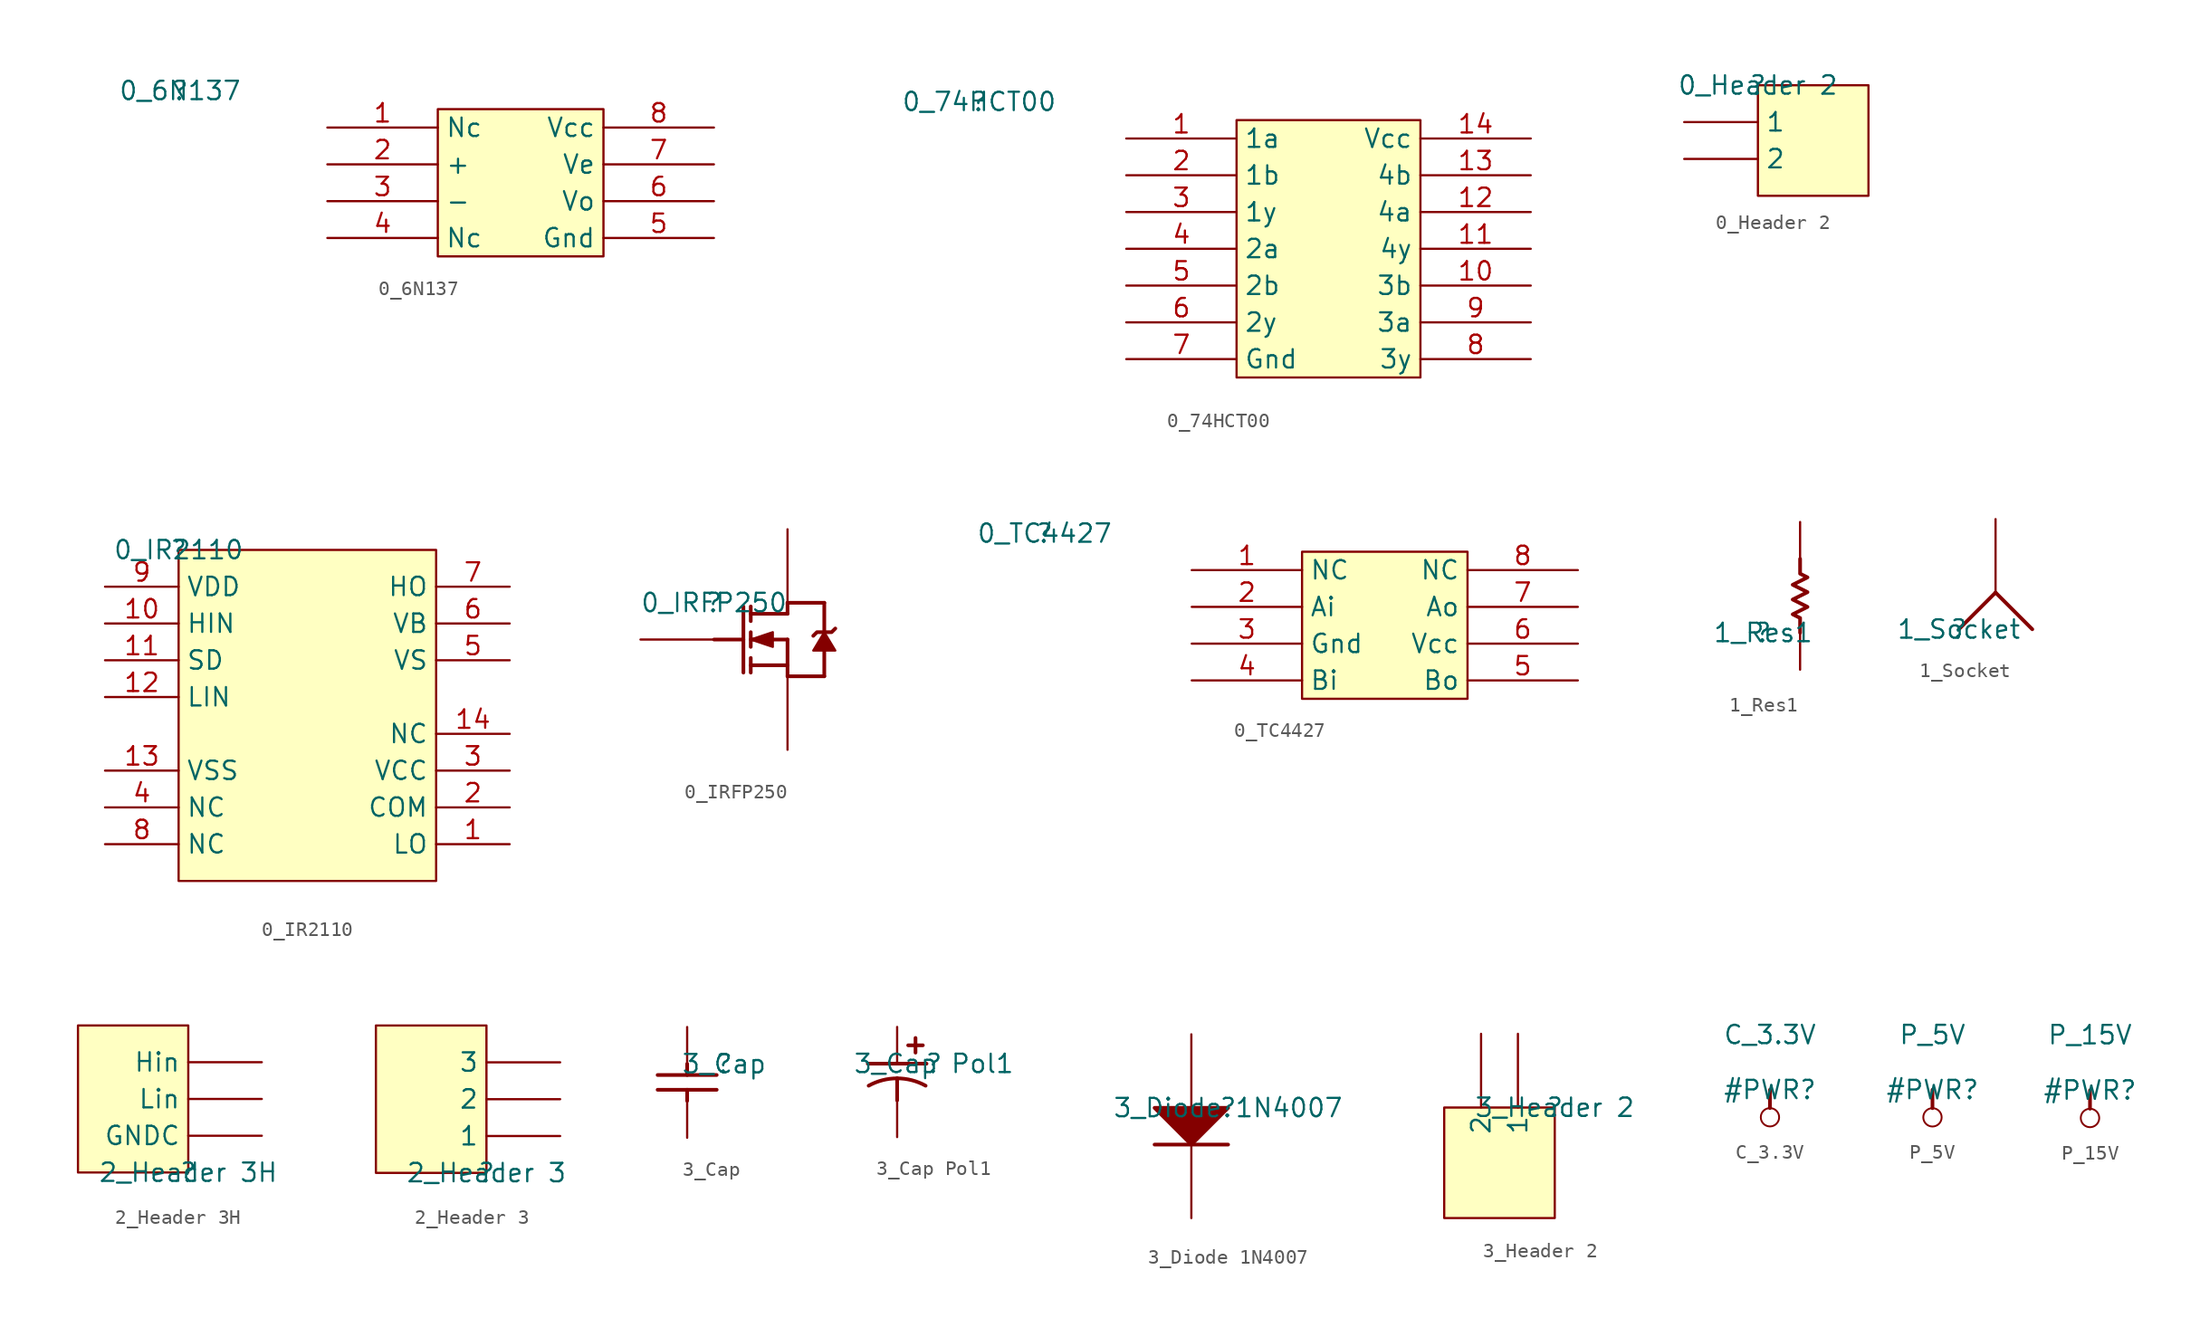
<source format=kicad_sym>
(kicad_symbol_lib
  (version 20211014)
  (generator kicad_symbol_editor)
  (symbol "0_6N137"
    (property "Reference" ""
      (at 0 0 0)
      (effects (font (size 1.27 1.27))))
    (property "Value" "0_6N137"
      (at 0 0 0)
      (effects (font (size 1.27 1.27))))
    (symbol "0_6N137_1_0"
      (rectangle (start 29.21 -1.27) (end 17.78 -11.43) (stroke (width 0) (type default) (color 0 0 0 0)) (fill (type background)))
      (pin passive line (at 10.16 -2.54 0) (length 7.62) (name "Nc" (effects (font (size 1.27 1.27)))) (number "1" (effects (font (size 1.27 1.27)))))
      (pin passive line (at 10.16 -5.08 0) (length 7.62) (name "+" (effects (font (size 1.27 1.27)))) (number "2" (effects (font (size 1.27 1.27)))))
      (pin passive line (at 10.16 -7.62 0) (length 7.62) (name "-" (effects (font (size 1.27 1.27)))) (number "3" (effects (font (size 1.27 1.27)))))
      (pin passive line (at 10.16 -10.16 0) (length 7.62) (name "Nc" (effects (font (size 1.27 1.27)))) (number "4" (effects (font (size 1.27 1.27)))))
      (pin passive line (at 36.83 -10.16 180) (length 7.62) (name "Gnd" (effects (font (size 1.27 1.27)))) (number "5" (effects (font (size 1.27 1.27)))))
      (pin passive line (at 36.83 -7.62 180) (length 7.62) (name "Vo" (effects (font (size 1.27 1.27)))) (number "6" (effects (font (size 1.27 1.27)))))
      (pin passive line (at 36.83 -5.08 180) (length 7.62) (name "Ve" (effects (font (size 1.27 1.27)))) (number "7" (effects (font (size 1.27 1.27)))))
      (pin passive line (at 36.83 -2.54 180) (length 7.62) (name "Vcc" (effects (font (size 1.27 1.27)))) (number "8" (effects (font (size 1.27 1.27)))))))
  (symbol "0_74HCT00"
    (property "Reference" ""
      (at 0 0 0)
      (effects (font (size 1.27 1.27))))
    (property "Value" "0_74HCT00"
      (at 0 0 0)
      (effects (font (size 1.27 1.27))))
    (symbol "0_74HCT00_1_0"
      (rectangle (start 30.48 -1.27) (end 17.78 -19.05) (stroke (width 0) (type default) (color 0 0 0 0)) (fill (type background)))
      (pin passive line (at 10.16 -2.54 0) (length 7.62) (name "1a" (effects (font (size 1.27 1.27)))) (number "1" (effects (font (size 1.27 1.27)))))
      (pin passive line (at 38.1 -12.7 180) (length 7.62) (name "3b" (effects (font (size 1.27 1.27)))) (number "10" (effects (font (size 1.27 1.27)))))
      (pin passive line (at 38.1 -10.16 180) (length 7.62) (name "4y" (effects (font (size 1.27 1.27)))) (number "11" (effects (font (size 1.27 1.27)))))
      (pin passive line (at 38.1 -7.62 180) (length 7.62) (name "4a" (effects (font (size 1.27 1.27)))) (number "12" (effects (font (size 1.27 1.27)))))
      (pin passive line (at 38.1 -5.08 180) (length 7.62) (name "4b" (effects (font (size 1.27 1.27)))) (number "13" (effects (font (size 1.27 1.27)))))
      (pin passive line (at 38.1 -2.54 180) (length 7.62) (name "Vcc" (effects (font (size 1.27 1.27)))) (number "14" (effects (font (size 1.27 1.27)))))
      (pin passive line (at 10.16 -5.08 0) (length 7.62) (name "1b" (effects (font (size 1.27 1.27)))) (number "2" (effects (font (size 1.27 1.27)))))
      (pin passive line (at 10.16 -7.62 0) (length 7.62) (name "1y" (effects (font (size 1.27 1.27)))) (number "3" (effects (font (size 1.27 1.27)))))
      (pin passive line (at 10.16 -10.16 0) (length 7.62) (name "2a" (effects (font (size 1.27 1.27)))) (number "4" (effects (font (size 1.27 1.27)))))
      (pin passive line (at 10.16 -12.7 0) (length 7.62) (name "2b" (effects (font (size 1.27 1.27)))) (number "5" (effects (font (size 1.27 1.27)))))
      (pin passive line (at 10.16 -15.24 0) (length 7.62) (name "2y" (effects (font (size 1.27 1.27)))) (number "6" (effects (font (size 1.27 1.27)))))
      (pin passive line (at 10.16 -17.78 0) (length 7.62) (name "Gnd" (effects (font (size 1.27 1.27)))) (number "7" (effects (font (size 1.27 1.27)))))
      (pin passive line (at 38.1 -17.78 180) (length 7.62) (name "3y" (effects (font (size 1.27 1.27)))) (number "8" (effects (font (size 1.27 1.27)))))
      (pin passive line (at 38.1 -15.24 180) (length 7.62) (name "3a" (effects (font (size 1.27 1.27)))) (number "9" (effects (font (size 1.27 1.27)))))))
  (symbol "0_Header 2"
    (property "Reference" ""
      (at 0 0 0)
      (effects (font (size 1.27 1.27))))
    (property "Value" "0_Header 2"
      (at 0 0 0)
      (effects (font (size 1.27 1.27))))
    (symbol "0_Header 2_1_0"
      (rectangle (start 7.62 0) (end 0 -7.62) (stroke (width 0) (type default) (color 0 0 0 0)) (fill (type background)))
      (pin passive line (at -5.08 -2.54 0) (length 5.08) (name "1" (effects (font (size 1.27 1.27)))) (number "1" (effects (font (size 0 0)))))
      (pin passive line (at -5.08 -5.08 0) (length 5.08) (name "2" (effects (font (size 1.27 1.27)))) (number "2" (effects (font (size 0 0)))))))
  (symbol "0_IR2110"
    (property "Reference" ""
      (at 0 0 0)
      (effects (font (size 1.27 1.27))))
    (property "Value" "0_IR2110"
      (at 0 0 0)
      (effects (font (size 1.27 1.27))))
    (symbol "0_IR2110_1_0"
      (rectangle (start 17.78 0) (end 0 -22.86) (stroke (width 0) (type default) (color 0 0 0 0)) (fill (type background)))
      (pin output line (at 22.86 -20.32 180) (length 5.08) (name "LO" (effects (font (size 1.27 1.27)))) (number "1" (effects (font (size 1.27 1.27)))))
      (pin input line (at -5.08 -5.08 0) (length 5.08) (name "HIN" (effects (font (size 1.27 1.27)))) (number "10" (effects (font (size 1.27 1.27)))))
      (pin input line (at -5.08 -7.62 0) (length 5.08) (name "SD" (effects (font (size 1.27 1.27)))) (number "11" (effects (font (size 1.27 1.27)))))
      (pin input line (at -5.08 -10.16 0) (length 5.08) (name "LIN" (effects (font (size 1.27 1.27)))) (number "12" (effects (font (size 1.27 1.27)))))
      (pin power_in line (at -5.08 -15.24 0) (length 5.08) (name "VSS" (effects (font (size 1.27 1.27)))) (number "13" (effects (font (size 1.27 1.27)))))
      (pin passive line (at 22.86 -12.7 180) (length 5.08) (name "NC" (effects (font (size 1.27 1.27)))) (number "14" (effects (font (size 1.27 1.27)))))
      (pin power_in line (at 22.86 -17.78 180) (length 5.08) (name "COM" (effects (font (size 1.27 1.27)))) (number "2" (effects (font (size 1.27 1.27)))))
      (pin power_in line (at 22.86 -15.24 180) (length 5.08) (name "VCC" (effects (font (size 1.27 1.27)))) (number "3" (effects (font (size 1.27 1.27)))))
      (pin passive line (at -5.08 -17.78 0) (length 5.08) (name "NC" (effects (font (size 1.27 1.27)))) (number "4" (effects (font (size 1.27 1.27)))))
      (pin power_in line (at 22.86 -7.62 180) (length 5.08) (name "VS" (effects (font (size 1.27 1.27)))) (number "5" (effects (font (size 1.27 1.27)))))
      (pin power_in line (at 22.86 -5.08 180) (length 5.08) (name "VB" (effects (font (size 1.27 1.27)))) (number "6" (effects (font (size 1.27 1.27)))))
      (pin output line (at 22.86 -2.54 180) (length 5.08) (name "HO" (effects (font (size 1.27 1.27)))) (number "7" (effects (font (size 1.27 1.27)))))
      (pin passive line (at -5.08 -20.32 0) (length 5.08) (name "NC" (effects (font (size 1.27 1.27)))) (number "8" (effects (font (size 1.27 1.27)))))
      (pin power_in line (at -5.08 -2.54 0) (length 5.08) (name "VDD" (effects (font (size 1.27 1.27)))) (number "9" (effects (font (size 1.27 1.27)))))))
  (symbol "0_IRFP250"
    (property "Reference" ""
      (at 0 0 0)
      (effects (font (size 1.27 1.27))))
    (property "Value" "0_IRFP250"
      (at 0 0 0)
      (effects (font (size 1.27 1.27))))
    (symbol "0_IRFP250_1_0"
      (polyline (pts (xy 0 -2.54) (xy 2.032 -2.54)) (stroke (width 0.254) (type default) (color 0 0 0 0)) (fill (type none)))
      (polyline (pts (xy 2.032 -0.254) (xy 2.032 -4.826)) (stroke (width 0.254) (type default) (color 0 0 0 0)) (fill (type none)))
      (polyline (pts (xy 2.54 -4.826) (xy 2.54 -3.81)) (stroke (width 0.254) (type default) (color 0 0 0 0)) (fill (type none)))
      (polyline (pts (xy 2.54 -3.048) (xy 2.54 -2.032)) (stroke (width 0.254) (type default) (color 0 0 0 0)) (fill (type none)))
      (polyline (pts (xy 2.54 -0.254) (xy 2.54 -1.27)) (stroke (width 0.254) (type default) (color 0 0 0 0)) (fill (type none)))
      (polyline (pts (xy 5.08 -5.08) (xy 7.62 -5.08)) (stroke (width 0.254) (type default) (color 0 0 0 0)) (fill (type none)))
      (polyline (pts (xy 5.08 -4.318) (xy 2.54 -4.318)) (stroke (width 0.254) (type default) (color 0 0 0 0)) (fill (type none)))
      (polyline (pts (xy 5.08 -2.54) (xy 2.54 -2.54)) (stroke (width 0.254) (type default) (color 0 0 0 0)) (fill (type none)))
      (polyline (pts (xy 5.08 -2.54) (xy 5.08 -5.08)) (stroke (width 0.254) (type default) (color 0 0 0 0)) (fill (type none)))
      (polyline (pts (xy 5.08 -0.762) (xy 2.54 -0.762)) (stroke (width 0.254) (type default) (color 0 0 0 0)) (fill (type none)))
      (polyline (pts (xy 5.08 -0.762) (xy 5.08 0)) (stroke (width 0.254) (type default) (color 0 0 0 0)) (fill (type none)))
      (polyline (pts (xy 5.08 0) (xy 7.62 0)) (stroke (width 0.254) (type default) (color 0 0 0 0)) (fill (type none)))
      (polyline (pts (xy 7.62 -5.08) (xy 7.62 -3.302)) (stroke (width 0.254) (type default) (color 0 0 0 0)) (fill (type none)))
      (polyline (pts (xy 7.62 0) (xy 7.62 -2.032)) (stroke (width 0.254) (type default) (color 0 0 0 0)) (fill (type none)))
      (polyline (pts (xy 2.54 -2.54) (xy 4.064 -3.048) (xy 4.064 -2.032) (xy 2.54 -2.54)) (stroke (width 0) (type default) (color 0 0 0 0)) (fill (type outline)))
      (polyline (pts (xy 7.62 -2.032) (xy 6.858 -3.302) (xy 8.382 -3.302) (xy 7.62 -2.032)) (stroke (width 0) (type default) (color 0 0 0 0)) (fill (type outline)))
      (polyline (pts (xy 8.382 -1.778) (xy 8.128 -2.032) (xy 7.112 -2.032) (xy 6.858 -2.286)) (stroke (width 0.254) (type default) (color 0 0 0 0)) (fill (type none)))
      (pin passive line (at -5.08 -2.54 0) (length 5.08) (name "G" (effects (font (size 0 0)))) (number "1" (effects (font (size 0 0)))))
      (pin passive line (at 5.08 5.08 270) (length 5.08) (name "D" (effects (font (size 0 0)))) (number "2" (effects (font (size 0 0)))))
      (pin passive line (at 5.08 -10.16 90) (length 5.08) (name "S" (effects (font (size 0 0)))) (number "3" (effects (font (size 0 0)))))))
  (symbol "0_TC4427"
    (property "Reference" ""
      (at 0 0 0)
      (effects (font (size 1.27 1.27))))
    (property "Value" "0_TC4427"
      (at 0 0 0)
      (effects (font (size 1.27 1.27))))
    (symbol "0_TC4427_1_0"
      (rectangle (start 29.21 -1.27) (end 17.78 -11.43) (stroke (width 0) (type default) (color 0 0 0 0)) (fill (type background)))
      (pin passive line (at 10.16 -2.54 0) (length 7.62) (name "NC" (effects (font (size 1.27 1.27)))) (number "1" (effects (font (size 1.27 1.27)))))
      (pin passive line (at 10.16 -5.08 0) (length 7.62) (name "Ai" (effects (font (size 1.27 1.27)))) (number "2" (effects (font (size 1.27 1.27)))))
      (pin passive line (at 10.16 -7.62 0) (length 7.62) (name "Gnd" (effects (font (size 1.27 1.27)))) (number "3" (effects (font (size 1.27 1.27)))))
      (pin passive line (at 10.16 -10.16 0) (length 7.62) (name "Bi" (effects (font (size 1.27 1.27)))) (number "4" (effects (font (size 1.27 1.27)))))
      (pin passive line (at 36.83 -10.16 180) (length 7.62) (name "Bo" (effects (font (size 1.27 1.27)))) (number "5" (effects (font (size 1.27 1.27)))))
      (pin passive line (at 36.83 -7.62 180) (length 7.62) (name "Vcc" (effects (font (size 1.27 1.27)))) (number "6" (effects (font (size 1.27 1.27)))))
      (pin passive line (at 36.83 -5.08 180) (length 7.62) (name "Ao" (effects (font (size 1.27 1.27)))) (number "7" (effects (font (size 1.27 1.27)))))
      (pin passive line (at 36.83 -2.54 180) (length 7.62) (name "NC" (effects (font (size 1.27 1.27)))) (number "8" (effects (font (size 1.27 1.27)))))))
  (symbol "1_Res1"
    (property "Reference" ""
      (at 0 0 0)
      (effects (font (size 1.27 1.27))))
    (property "Value" "1_Res1"
      (at 0 0 0)
      (effects (font (size 1.27 1.27))))
    (symbol "1_Res1_1_0"
      (polyline (pts (xy 2.54 5.08) (xy 2.54 4.064) (xy 3.048 3.81) (xy 2.032 3.302) (xy 3.048 2.794) (xy 2.032 2.286) (xy 3.048 1.778) (xy 2.032 1.27) (xy 2.54 1.016) (xy 2.54 0)) (stroke (width 0.254) (type default) (color 0 0 0 0)) (fill (type none)))
      (pin passive line (at 2.54 -2.54 90) (length 2.54) (name "1" (effects (font (size 0 0)))) (number "1" (effects (font (size 0 0)))))
      (pin passive line (at 2.54 7.62 270) (length 2.54) (name "2" (effects (font (size 0 0)))) (number "2" (effects (font (size 0 0)))))))
  (symbol "1_Socket"
    (property "Reference" ""
      (at 0 0 0)
      (effects (font (size 1.27 1.27))))
    (property "Value" "1_Socket"
      (at 0 0 0)
      (effects (font (size 1.27 1.27))))
    (symbol "1_Socket_1_0"
      (polyline (pts (xy 0 0) (xy 2.54 2.54)) (stroke (width 0.254) (type default) (color 0 0 0 0)) (fill (type none)))
      (polyline (pts (xy 2.54 2.54) (xy 5.08 0)) (stroke (width 0.254) (type default) (color 0 0 0 0)) (fill (type none)))
      (pin passive line (at 2.54 7.62 270) (length 5.08) (name "1" (effects (font (size 0 0)))) (number "1" (effects (font (size 0 0)))))))
  (symbol "2_Header 3H"
    (property "Reference" ""
      (at 0 0 0)
      (effects (font (size 1.27 1.27))))
    (property "Value" "2_Header 3H"
      (at 0 0 0)
      (effects (font (size 1.27 1.27))))
    (symbol "2_Header 3H_1_0"
      (rectangle (start 0 10.16) (end -7.62 0) (stroke (width 0) (type default) (color 0 0 0 0)) (fill (type background)))
      (pin passive line (at 5.08 2.54 180) (length 5.08) (name "GNDC" (effects (font (size 1.27 1.27)))) (number "1" (effects (font (size 0 0)))))
      (pin passive line (at 5.08 5.08 180) (length 5.08) (name "Lin" (effects (font (size 1.27 1.27)))) (number "2" (effects (font (size 0 0)))))
      (pin passive line (at 5.08 7.62 180) (length 5.08) (name "Hin" (effects (font (size 1.27 1.27)))) (number "3" (effects (font (size 0 0)))))))
  (symbol "2_Header 3"
    (property "Reference" ""
      (at 0 0 0)
      (effects (font (size 1.27 1.27))))
    (property "Value" "2_Header 3"
      (at 0 0 0)
      (effects (font (size 1.27 1.27))))
    (symbol "2_Header 3_1_0"
      (rectangle (start 0 10.16) (end -7.62 0) (stroke (width 0) (type default) (color 0 0 0 0)) (fill (type background)))
      (pin passive line (at 5.08 2.54 180) (length 5.08) (name "1" (effects (font (size 1.27 1.27)))) (number "1" (effects (font (size 0 0)))))
      (pin passive line (at 5.08 5.08 180) (length 5.08) (name "2" (effects (font (size 1.27 1.27)))) (number "2" (effects (font (size 0 0)))))
      (pin passive line (at 5.08 7.62 180) (length 5.08) (name "3" (effects (font (size 1.27 1.27)))) (number "3" (effects (font (size 0 0)))))))
  (symbol "3_Cap"
    (property "Reference" ""
      (at 0 0 0)
      (effects (font (size 1.27 1.27))))
    (property "Value" "3_Cap"
      (at 0 0 0)
      (effects (font (size 1.27 1.27))))
    (symbol "3_Cap_1_0"
      (polyline (pts (xy -4.572 -0.762) (xy -0.508 -0.762)) (stroke (width 0.254) (type default) (color 0 0 0 0)) (fill (type none)))
      (polyline (pts (xy -2.54 -2.54) (xy -2.54 -1.778)) (stroke (width 0.254) (type default) (color 0 0 0 0)) (fill (type none)))
      (polyline (pts (xy -2.54 0) (xy -2.54 -0.762)) (stroke (width 0.254) (type default) (color 0 0 0 0)) (fill (type none)))
      (polyline (pts (xy -0.508 -1.778) (xy -4.572 -1.778)) (stroke (width 0.254) (type default) (color 0 0 0 0)) (fill (type none)))
      (pin passive line (at -2.54 2.54 270) (length 2.54) (name "1" (effects (font (size 0 0)))) (number "1" (effects (font (size 0 0)))))
      (pin passive line (at -2.54 -5.08 90) (length 2.54) (name "2" (effects (font (size 0 0)))) (number "2" (effects (font (size 0 0)))))))
  (symbol "3_Cap Pol1"
    (property "Reference" ""
      (at 0 0 0)
      (effects (font (size 1.27 1.27))))
    (property "Value" "3_Cap Pol1"
      (at 0 0 0)
      (effects (font (size 1.27 1.27))))
    (symbol "3_Cap Pol1_1_0"
      (arc (start -2.54 -1.016) (mid -3.5575 -1.1454) (end -4.5103 -1.5255) (stroke (width 0.254) (type default) (color 0 0 0 0)) (fill (type none)))
      (arc (start -0.5697 -1.5255) (mid -1.5224 -1.1454) (end -2.54 -1.016) (stroke (width 0.254) (type default) (color 0 0 0 0)) (fill (type none)))
      (polyline (pts (xy -4.572 0) (xy -0.508 0)) (stroke (width 0.254) (type default) (color 0 0 0 0)) (fill (type none)))
      (polyline (pts (xy -2.54 -1.016) (xy -2.54 -2.54)) (stroke (width 0.254) (type default) (color 0 0 0 0)) (fill (type none)))
      (polyline (pts (xy -1.778 1.27) (xy -0.762 1.27)) (stroke (width 0.254) (type default) (color 0 0 0 0)) (fill (type none)))
      (polyline (pts (xy -1.27 0.762) (xy -1.27 1.778)) (stroke (width 0.254) (type default) (color 0 0 0 0)) (fill (type none)))
      (pin passive line (at -2.54 2.54 270) (length 2.54) (name "1" (effects (font (size 0 0)))) (number "1" (effects (font (size 0 0)))))
      (pin passive line (at -2.54 -5.08 90) (length 2.54) (name "2" (effects (font (size 0 0)))) (number "2" (effects (font (size 0 0)))))))
  (symbol "3_Diode 1N4007"
    (property "Reference" ""
      (at 0 0 0)
      (effects (font (size 1.27 1.27))))
    (property "Value" "3_Diode 1N4007"
      (at 0 0 0)
      (effects (font (size 1.27 1.27))))
    (symbol "3_Diode 1N4007_1_0"
      (polyline (pts (xy 0 -2.54) (xy -5.08 -2.54)) (stroke (width 0.254) (type default) (color 0 0 0 0)) (fill (type none)))
      (polyline (pts (xy -5.08 0) (xy -2.54 -2.54) (xy 0 0) (xy -5.08 0)) (stroke (width 0.254) (type default) (color 0 0 0 0)) (fill (type outline)))
      (pin passive line (at -2.54 5.08 270) (length 5.08) (name "A" (effects (font (size 0 0)))) (number "1" (effects (font (size 0 0)))))
      (pin passive line (at -2.54 -7.62 90) (length 5.08) (name "K" (effects (font (size 0 0)))) (number "2" (effects (font (size 0 0)))))))
  (symbol "3_Header 2"
    (property "Reference" ""
      (at 0 0 0)
      (effects (font (size 1.27 1.27))))
    (property "Value" "3_Header 2"
      (at 0 0 0)
      (effects (font (size 1.27 1.27))))
    (symbol "3_Header 2_1_0"
      (rectangle (start 0 0) (end -7.62 -7.62) (stroke (width 0) (type default) (color 0 0 0 0)) (fill (type background)))
      (pin passive line (at -2.54 5.08 270) (length 5.08) (name "1" (effects (font (size 1.27 1.27)))) (number "1" (effects (font (size 0 0)))))
      (pin passive line (at -5.08 5.08 270) (length 5.08) (name "2" (effects (font (size 1.27 1.27)))) (number "2" (effects (font (size 0 0)))))))
  (symbol "C_3.3V"
    (power)
    (property "Reference" "#PWR"
      (at 0 0 0)
      (effects (font (size 1.27 1.27))))
    (property "Value" "C_3.3V"
      (at 0 3.81 0)
      (effects (font (size 1.27 1.27))))
    (symbol "C_3.3V_0_0"
      (circle (center 0 -1.905) (radius 0.635) (stroke (width 0.127) (type default) (color 0 0 0 0)) (fill (type none)))
      (polyline (pts (xy 0 0) (xy 0 -1.27)) (stroke (width 0.254) (type default) (color 0 0 0 0)) (fill (type none)))
      (pin power_in line (at 0 0 0) (length 0) hide (name "C_3.3V" (effects (font (size 1.27 1.27)))) (number "" (effects (font (size 1.27 1.27)))))))
  (symbol "P_5V"
    (power)
    (property "Reference" "#PWR"
      (at 0 0 0)
      (effects (font (size 1.27 1.27))))
    (property "Value" "P_5V"
      (at 0 3.81 0)
      (effects (font (size 1.27 1.27))))
    (symbol "P_5V_0_0"
      (circle (center 0 -1.905) (radius 0.635) (stroke (width 0.127) (type default) (color 0 0 0 0)) (fill (type none)))
      (polyline (pts (xy 0 0) (xy 0 -1.27)) (stroke (width 0.254) (type default) (color 0 0 0 0)) (fill (type none)))
      (pin power_in line (at 0 0 0) (length 0) hide (name "P_5V" (effects (font (size 1.27 1.27)))) (number "" (effects (font (size 1.27 1.27)))))))
  (symbol "P_15V"
    (power)
    (property "Reference" "#PWR"
      (at 0 0 0)
      (effects (font (size 1.27 1.27))))
    (property "Value" "P_15V"
      (at 0 3.81 0)
      (effects (font (size 1.27 1.27))))
    (symbol "P_15V_0_0"
      (circle (center 0 -1.905) (radius 0.635) (stroke (width 0.127) (type default) (color 0 0 0 0)) (fill (type none)))
      (polyline (pts (xy 0 0) (xy 0 -1.27)) (stroke (width 0.254) (type default) (color 0 0 0 0)) (fill (type none)))
      (pin power_in line (at 0 0 0) (length 0) hide (name "P_15V" (effects (font (size 1.27 1.27)))) (number "" (effects (font (size 1.27 1.27))))))))
</source>
